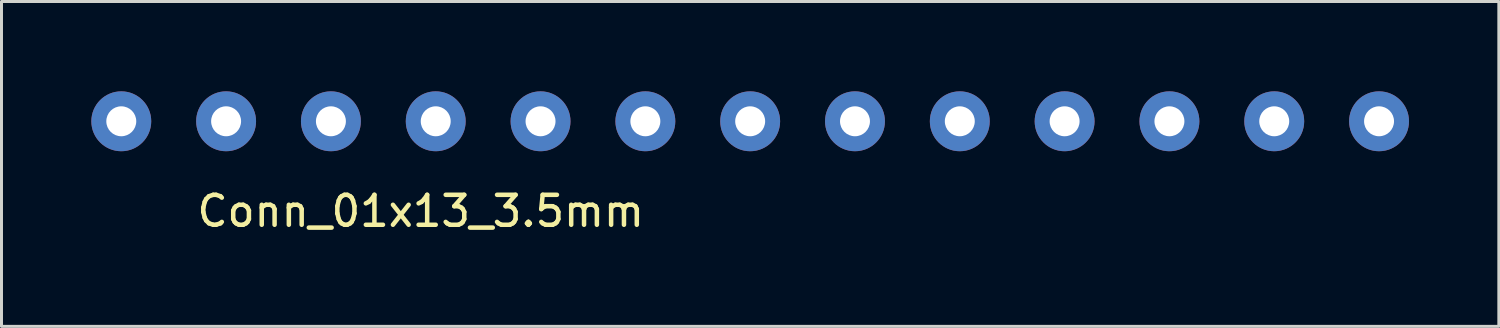
<source format=kicad_pcb>
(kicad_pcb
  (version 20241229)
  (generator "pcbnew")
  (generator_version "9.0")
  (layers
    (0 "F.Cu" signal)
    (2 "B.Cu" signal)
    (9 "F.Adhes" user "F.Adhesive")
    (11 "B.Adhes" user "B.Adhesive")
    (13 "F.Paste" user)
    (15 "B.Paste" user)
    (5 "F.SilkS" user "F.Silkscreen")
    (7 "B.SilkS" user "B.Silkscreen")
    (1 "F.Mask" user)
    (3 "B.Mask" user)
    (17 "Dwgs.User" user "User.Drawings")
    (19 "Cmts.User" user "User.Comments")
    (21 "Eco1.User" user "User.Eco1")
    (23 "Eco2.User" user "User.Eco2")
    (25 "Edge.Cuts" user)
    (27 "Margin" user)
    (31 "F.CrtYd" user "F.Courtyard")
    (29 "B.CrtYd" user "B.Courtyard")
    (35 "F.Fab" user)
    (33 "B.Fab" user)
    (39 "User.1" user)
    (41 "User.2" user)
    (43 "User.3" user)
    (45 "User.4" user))
  (footprint "Conn_01x13_3.5mm"
    (layer "F.Cu")
    (at 1 1)
    (property "Reference" "Conn_01x13_3.5mm" (at 10 3 0) (layer "F.SilkS") (effects (font (size 1 1) (thickness 0.15))))
    (attr through_hole)
    (pad "1" thru_hole circle (at 0 0) (size 2 2) (drill 1) (layers "*.Cu" "*.Mask"))
    (pad "2" thru_hole circle (at 3.5 0) (size 2 2) (drill 1) (layers "*.Cu" "*.Mask"))
    (pad "3" thru_hole circle (at 7 0) (size 2 2) (drill 1) (layers "*.Cu" "*.Mask"))
    (pad "4" thru_hole circle (at 10.5 0) (size 2 2) (drill 1) (layers "*.Cu" "*.Mask"))
    (pad "5" thru_hole circle (at 14 0) (size 2 2) (drill 1) (layers "*.Cu" "*.Mask"))
    (pad "6" thru_hole circle (at 17.5 0) (size 2 2) (drill 1) (layers "*.Cu" "*.Mask"))
    (pad "7" thru_hole circle (at 21 0) (size 2 2) (drill 1) (layers "*.Cu" "*.Mask"))
    (pad "8" thru_hole circle (at 24.5 0) (size 2 2) (drill 1) (layers "*.Cu" "*.Mask"))
    (pad "9" thru_hole circle (at 28 0) (size 2 2) (drill 1) (layers "*.Cu" "*.Mask"))
    (pad "10" thru_hole circle (at 31.5 0) (size 2 2) (drill 1) (layers "*.Cu" "*.Mask"))
    (pad "11" thru_hole circle (at 35 0) (size 2 2) (drill 1) (layers "*.Cu" "*.Mask"))
    (pad "12" thru_hole circle (at 38.5 0) (size 2 2) (drill 1) (layers "*.Cu" "*.Mask"))
    (pad "13" thru_hole circle (at 42 0) (size 2 2) (drill 1) (layers "*.Cu" "*.Mask")))
  (gr_rect
    (start -3 -3)
    (end 47 7.848)
    (stroke (width 0.1) (type default))
    (fill no)
    (layer "Edge.Cuts")))
</source>
